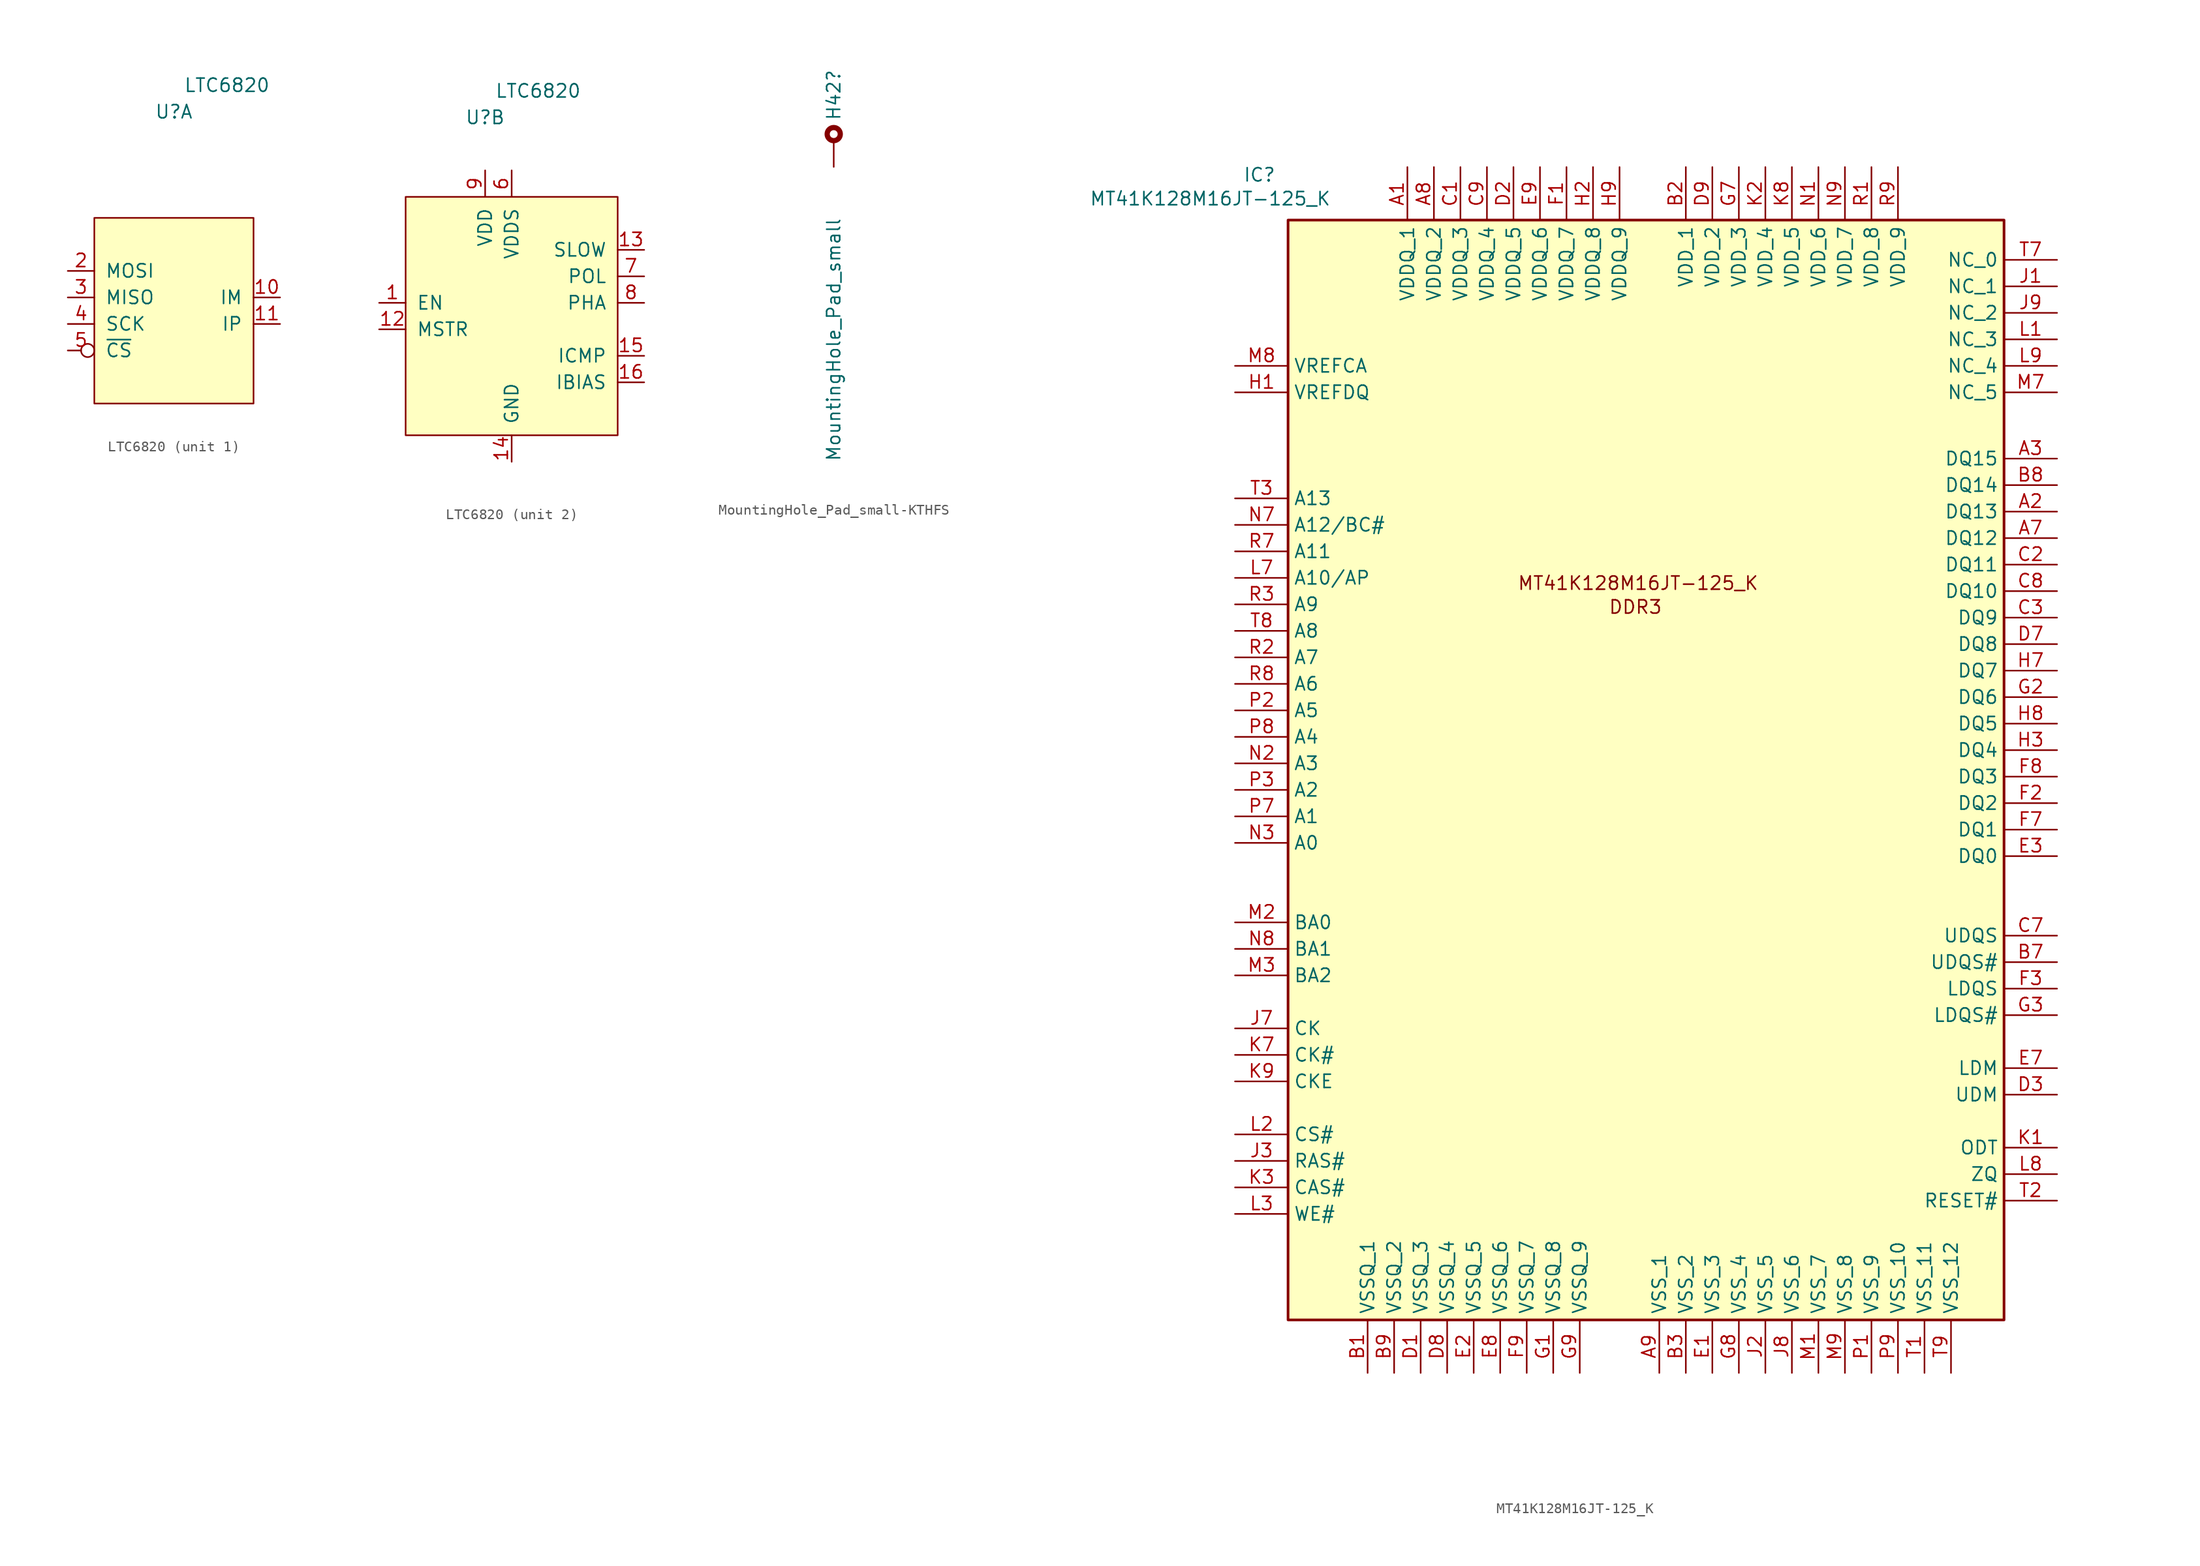
<source format=kicad_sym>
(kicad_symbol_lib
  (version 20241209)
  (generator "kicad_symbol_editor")
  (generator_version "9.0")
  (symbol "LTC6820"
    (pin_names
      (offset 1.016))
    (property "Reference" "U"
      (at 7.62 7.62 0)
      (effects (font (size 1.27 1.27))))
    (property "Value" "LTC6820"
      (at 12.7 10.16 0)
      (effects (font (size 1.27 1.27))))
    (property "ki_locked" ""
      (at 0 0 0)
      (effects (font (size 1.27 1.27))))
    (symbol "LTC6820_1_1"
      (rectangle (start 0 -2.54) (end 15.24 -20.32) (stroke (width 0) (type solid)) (fill (type background)))
      (pin input line (at -2.54 -7.62 0) (length 2.54) (name "MOSI" (effects (font (size 1.27 1.27)))) (number "2" (effects (font (size 1.27 1.27)))))
      (pin input line (at -2.54 -10.16 0) (length 2.54) (name "MISO" (effects (font (size 1.27 1.27)))) (number "3" (effects (font (size 1.27 1.27)))))
      (pin input line (at -2.54 -12.7 0) (length 2.54) (name "SCK" (effects (font (size 1.27 1.27)))) (number "4" (effects (font (size 1.27 1.27)))))
      (pin input inverted (at -2.54 -15.24 0) (length 2.54) (name "~{CS}" (effects (font (size 1.27 1.27)))) (number "5" (effects (font (size 1.27 1.27)))))
      (pin input line (at 17.78 -10.16 180) (length 2.54) (name "IM" (effects (font (size 1.27 1.27)))) (number "10" (effects (font (size 1.27 1.27)))))
      (pin input line (at 17.78 -12.7 180) (length 2.54) (name "IP" (effects (font (size 1.27 1.27)))) (number "11" (effects (font (size 1.27 1.27))))))
    (symbol "LTC6820_2_1"
      (rectangle (start 20.32 0) (end 0 -22.86) (stroke (width 0) (type solid)) (fill (type background)))
      (pin input line (at -2.54 -10.16 0) (length 2.54) (name "EN" (effects (font (size 1.27 1.27)))) (number "1" (effects (font (size 1.27 1.27)))))
      (pin input line (at -2.54 -12.7 0) (length 2.54) (name "MSTR" (effects (font (size 1.27 1.27)))) (number "12" (effects (font (size 1.27 1.27)))))
      (pin power_in line (at 7.62 2.54 270) (length 2.54) (name "VDD" (effects (font (size 1.27 1.27)))) (number "9" (effects (font (size 1.27 1.27)))))
      (pin power_in line (at 10.16 2.54 270) (length 2.54) (name "VDDS" (effects (font (size 1.27 1.27)))) (number "6" (effects (font (size 1.27 1.27)))))
      (pin power_in line (at 10.16 -25.4 90) (length 2.54) (name "GND" (effects (font (size 1.27 1.27)))) (number "14" (effects (font (size 1.27 1.27)))))
      (pin input line (at 22.86 -5.08 180) (length 2.54) (name "SLOW" (effects (font (size 1.27 1.27)))) (number "13" (effects (font (size 1.27 1.27)))))
      (pin input line (at 22.86 -7.62 180) (length 2.54) (name "POL" (effects (font (size 1.27 1.27)))) (number "7" (effects (font (size 1.27 1.27)))))
      (pin input line (at 22.86 -10.16 180) (length 2.54) (name "PHA" (effects (font (size 1.27 1.27)))) (number "8" (effects (font (size 1.27 1.27)))))
      (pin input line (at 22.86 -15.24 180) (length 2.54) (name "ICMP" (effects (font (size 1.27 1.27)))) (number "15" (effects (font (size 1.27 1.27)))))
      (pin input line (at 22.86 -17.78 180) (length 2.54) (name "IBIAS" (effects (font (size 1.27 1.27)))) (number "16" (effects (font (size 1.27 1.27)))))))
  (symbol "MountingHole_Pad_small-KTHFS"
    (pin_numbers
      (hide yes))
    (pin_names
      (offset 1.016)
      (hide yes))
    (property "Reference" "H42"
      (at 0 2.54 90)
      (effects (font (size 1.27 1.27)) (justify left)))
    (property "Value" "MountingHole_Pad_small"
      (at 0 -30.48 90)
      (effects (font (size 1.27 1.27)) (justify left)))
    (symbol "MountingHole_Pad_small-KTHFS_0_1"
      (circle (center 0 1.27) (radius 0.635) (stroke (width 0.508) (type solid)) (fill (type none))))
    (symbol "MountingHole_Pad_small-KTHFS_1_1"
      (pin input line (at 0 -1.905 90) (length 2.54) (name "1" (effects (font (size 1.27 1.27)))) (number "1" (effects (font (size 1.27 1.27)))))))
  (symbol "MT41K128M16JT-125_K"
    (property "Reference" "IC"
      (at 5.842 7.62 0)
      (effects (font (size 1.27 1.27)) (justify left top)))
    (property "Value" "MT41K128M16JT-125_K"
      (at -8.89 5.334 0)
      (effects (font (size 1.27 1.27)) (justify left top)))
    (symbol "MT41K128M16JT-125_K_1_1"
      (rectangle (start 10.16 2.54) (end 78.74 -102.87) (stroke (width 0.254) (type default)) (fill (type background)))
      (text "DDR3" (at 43.434 -34.544 0) (effects (font (size 1.27 1.27))))
      (text "MT41K128M16JT-125_K" (at 43.688 -32.258 0) (effects (font (size 1.27 1.27))))
      (pin passive line (at 5.08 -11.43 0) (length 5.08) (name "VREFCA" (effects (font (size 1.27 1.27)))) (number "M8" (effects (font (size 1.27 1.27)))))
      (pin passive line (at 5.08 -13.97 0) (length 5.08) (name "VREFDQ" (effects (font (size 1.27 1.27)))) (number "H1" (effects (font (size 1.27 1.27)))))
      (pin passive line (at 5.08 -24.13 0) (length 5.08) (name "A13" (effects (font (size 1.27 1.27)))) (number "T3" (effects (font (size 1.27 1.27)))))
      (pin passive line (at 5.08 -26.67 0) (length 5.08) (name "A12/BC#" (effects (font (size 1.27 1.27)))) (number "N7" (effects (font (size 1.27 1.27)))))
      (pin passive line (at 5.08 -29.21 0) (length 5.08) (name "A11" (effects (font (size 1.27 1.27)))) (number "R7" (effects (font (size 1.27 1.27)))))
      (pin passive line (at 5.08 -31.75 0) (length 5.08) (name "A10/AP" (effects (font (size 1.27 1.27)))) (number "L7" (effects (font (size 1.27 1.27)))))
      (pin passive line (at 5.08 -34.29 0) (length 5.08) (name "A9" (effects (font (size 1.27 1.27)))) (number "R3" (effects (font (size 1.27 1.27)))))
      (pin passive line (at 5.08 -36.83 0) (length 5.08) (name "A8" (effects (font (size 1.27 1.27)))) (number "T8" (effects (font (size 1.27 1.27)))))
      (pin passive line (at 5.08 -39.37 0) (length 5.08) (name "A7" (effects (font (size 1.27 1.27)))) (number "R2" (effects (font (size 1.27 1.27)))))
      (pin passive line (at 5.08 -41.91 0) (length 5.08) (name "A6" (effects (font (size 1.27 1.27)))) (number "R8" (effects (font (size 1.27 1.27)))))
      (pin passive line (at 5.08 -44.45 0) (length 5.08) (name "A5" (effects (font (size 1.27 1.27)))) (number "P2" (effects (font (size 1.27 1.27)))))
      (pin passive line (at 5.08 -46.99 0) (length 5.08) (name "A4" (effects (font (size 1.27 1.27)))) (number "P8" (effects (font (size 1.27 1.27)))))
      (pin passive line (at 5.08 -49.53 0) (length 5.08) (name "A3" (effects (font (size 1.27 1.27)))) (number "N2" (effects (font (size 1.27 1.27)))))
      (pin passive line (at 5.08 -52.07 0) (length 5.08) (name "A2" (effects (font (size 1.27 1.27)))) (number "P3" (effects (font (size 1.27 1.27)))))
      (pin passive line (at 5.08 -54.61 0) (length 5.08) (name "A1" (effects (font (size 1.27 1.27)))) (number "P7" (effects (font (size 1.27 1.27)))))
      (pin passive line (at 5.08 -57.15 0) (length 5.08) (name "A0" (effects (font (size 1.27 1.27)))) (number "N3" (effects (font (size 1.27 1.27)))))
      (pin passive line (at 5.08 -64.77 0) (length 5.08) (name "BA0" (effects (font (size 1.27 1.27)))) (number "M2" (effects (font (size 1.27 1.27)))))
      (pin passive line (at 5.08 -67.31 0) (length 5.08) (name "BA1" (effects (font (size 1.27 1.27)))) (number "N8" (effects (font (size 1.27 1.27)))))
      (pin passive line (at 5.08 -69.85 0) (length 5.08) (name "BA2" (effects (font (size 1.27 1.27)))) (number "M3" (effects (font (size 1.27 1.27)))))
      (pin passive line (at 5.08 -74.93 0) (length 5.08) (name "CK" (effects (font (size 1.27 1.27)))) (number "J7" (effects (font (size 1.27 1.27)))))
      (pin passive line (at 5.08 -77.47 0) (length 5.08) (name "CK#" (effects (font (size 1.27 1.27)))) (number "K7" (effects (font (size 1.27 1.27)))))
      (pin passive line (at 5.08 -80.01 0) (length 5.08) (name "CKE" (effects (font (size 1.27 1.27)))) (number "K9" (effects (font (size 1.27 1.27)))))
      (pin passive line (at 5.08 -85.09 0) (length 5.08) (name "CS#" (effects (font (size 1.27 1.27)))) (number "L2" (effects (font (size 1.27 1.27)))))
      (pin passive line (at 5.08 -87.63 0) (length 5.08) (name "RAS#" (effects (font (size 1.27 1.27)))) (number "J3" (effects (font (size 1.27 1.27)))))
      (pin passive line (at 5.08 -90.17 0) (length 5.08) (name "CAS#" (effects (font (size 1.27 1.27)))) (number "K3" (effects (font (size 1.27 1.27)))))
      (pin passive line (at 5.08 -92.71 0) (length 5.08) (name "WE#" (effects (font (size 1.27 1.27)))) (number "L3" (effects (font (size 1.27 1.27)))))
      (pin passive line (at 17.78 -107.95 90) (length 5.08) (name "VSSQ_1" (effects (font (size 1.27 1.27)))) (number "B1" (effects (font (size 1.27 1.27)))))
      (pin passive line (at 20.32 -107.95 90) (length 5.08) (name "VSSQ_2" (effects (font (size 1.27 1.27)))) (number "B9" (effects (font (size 1.27 1.27)))))
      (pin passive line (at 21.59 7.62 270) (length 5.08) (name "VDDQ_1" (effects (font (size 1.27 1.27)))) (number "A1" (effects (font (size 1.27 1.27)))))
      (pin passive line (at 22.86 -107.95 90) (length 5.08) (name "VSSQ_3" (effects (font (size 1.27 1.27)))) (number "D1" (effects (font (size 1.27 1.27)))))
      (pin passive line (at 24.13 7.62 270) (length 5.08) (name "VDDQ_2" (effects (font (size 1.27 1.27)))) (number "A8" (effects (font (size 1.27 1.27)))))
      (pin passive line (at 25.4 -107.95 90) (length 5.08) (name "VSSQ_4" (effects (font (size 1.27 1.27)))) (number "D8" (effects (font (size 1.27 1.27)))))
      (pin passive line (at 26.67 7.62 270) (length 5.08) (name "VDDQ_3" (effects (font (size 1.27 1.27)))) (number "C1" (effects (font (size 1.27 1.27)))))
      (pin passive line (at 27.94 -107.95 90) (length 5.08) (name "VSSQ_5" (effects (font (size 1.27 1.27)))) (number "E2" (effects (font (size 1.27 1.27)))))
      (pin passive line (at 29.21 7.62 270) (length 5.08) (name "VDDQ_4" (effects (font (size 1.27 1.27)))) (number "C9" (effects (font (size 1.27 1.27)))))
      (pin passive line (at 30.48 -107.95 90) (length 5.08) (name "VSSQ_6" (effects (font (size 1.27 1.27)))) (number "E8" (effects (font (size 1.27 1.27)))))
      (pin passive line (at 31.75 7.62 270) (length 5.08) (name "VDDQ_5" (effects (font (size 1.27 1.27)))) (number "D2" (effects (font (size 1.27 1.27)))))
      (pin passive line (at 33.02 -107.95 90) (length 5.08) (name "VSSQ_7" (effects (font (size 1.27 1.27)))) (number "F9" (effects (font (size 1.27 1.27)))))
      (pin passive line (at 34.29 7.62 270) (length 5.08) (name "VDDQ_6" (effects (font (size 1.27 1.27)))) (number "E9" (effects (font (size 1.27 1.27)))))
      (pin passive line (at 35.56 -107.95 90) (length 5.08) (name "VSSQ_8" (effects (font (size 1.27 1.27)))) (number "G1" (effects (font (size 1.27 1.27)))))
      (pin passive line (at 36.83 7.62 270) (length 5.08) (name "VDDQ_7" (effects (font (size 1.27 1.27)))) (number "F1" (effects (font (size 1.27 1.27)))))
      (pin passive line (at 38.1 -107.95 90) (length 5.08) (name "VSSQ_9" (effects (font (size 1.27 1.27)))) (number "G9" (effects (font (size 1.27 1.27)))))
      (pin passive line (at 39.37 7.62 270) (length 5.08) (name "VDDQ_8" (effects (font (size 1.27 1.27)))) (number "H2" (effects (font (size 1.27 1.27)))))
      (pin passive line (at 41.91 7.62 270) (length 5.08) (name "VDDQ_9" (effects (font (size 1.27 1.27)))) (number "H9" (effects (font (size 1.27 1.27)))))
      (pin passive line (at 45.72 -107.95 90) (length 5.08) (name "VSS_1" (effects (font (size 1.27 1.27)))) (number "A9" (effects (font (size 1.27 1.27)))))
      (pin passive line (at 48.26 7.62 270) (length 5.08) (name "VDD_1" (effects (font (size 1.27 1.27)))) (number "B2" (effects (font (size 1.27 1.27)))))
      (pin passive line (at 48.26 -107.95 90) (length 5.08) (name "VSS_2" (effects (font (size 1.27 1.27)))) (number "B3" (effects (font (size 1.27 1.27)))))
      (pin passive line (at 50.8 7.62 270) (length 5.08) (name "VDD_2" (effects (font (size 1.27 1.27)))) (number "D9" (effects (font (size 1.27 1.27)))))
      (pin passive line (at 50.8 -107.95 90) (length 5.08) (name "VSS_3" (effects (font (size 1.27 1.27)))) (number "E1" (effects (font (size 1.27 1.27)))))
      (pin passive line (at 53.34 7.62 270) (length 5.08) (name "VDD_3" (effects (font (size 1.27 1.27)))) (number "G7" (effects (font (size 1.27 1.27)))))
      (pin passive line (at 53.34 -107.95 90) (length 5.08) (name "VSS_4" (effects (font (size 1.27 1.27)))) (number "G8" (effects (font (size 1.27 1.27)))))
      (pin passive line (at 55.88 7.62 270) (length 5.08) (name "VDD_4" (effects (font (size 1.27 1.27)))) (number "K2" (effects (font (size 1.27 1.27)))))
      (pin passive line (at 55.88 -107.95 90) (length 5.08) (name "VSS_5" (effects (font (size 1.27 1.27)))) (number "J2" (effects (font (size 1.27 1.27)))))
      (pin passive line (at 58.42 7.62 270) (length 5.08) (name "VDD_5" (effects (font (size 1.27 1.27)))) (number "K8" (effects (font (size 1.27 1.27)))))
      (pin passive line (at 58.42 -107.95 90) (length 5.08) (name "VSS_6" (effects (font (size 1.27 1.27)))) (number "J8" (effects (font (size 1.27 1.27)))))
      (pin passive line (at 60.96 7.62 270) (length 5.08) (name "VDD_6" (effects (font (size 1.27 1.27)))) (number "N1" (effects (font (size 1.27 1.27)))))
      (pin passive line (at 60.96 -107.95 90) (length 5.08) (name "VSS_7" (effects (font (size 1.27 1.27)))) (number "M1" (effects (font (size 1.27 1.27)))))
      (pin passive line (at 63.5 7.62 270) (length 5.08) (name "VDD_7" (effects (font (size 1.27 1.27)))) (number "N9" (effects (font (size 1.27 1.27)))))
      (pin passive line (at 63.5 -107.95 90) (length 5.08) (name "VSS_8" (effects (font (size 1.27 1.27)))) (number "M9" (effects (font (size 1.27 1.27)))))
      (pin passive line (at 66.04 7.62 270) (length 5.08) (name "VDD_8" (effects (font (size 1.27 1.27)))) (number "R1" (effects (font (size 1.27 1.27)))))
      (pin passive line (at 66.04 -107.95 90) (length 5.08) (name "VSS_9" (effects (font (size 1.27 1.27)))) (number "P1" (effects (font (size 1.27 1.27)))))
      (pin passive line (at 68.58 7.62 270) (length 5.08) (name "VDD_9" (effects (font (size 1.27 1.27)))) (number "R9" (effects (font (size 1.27 1.27)))))
      (pin passive line (at 68.58 -107.95 90) (length 5.08) (name "VSS_10" (effects (font (size 1.27 1.27)))) (number "P9" (effects (font (size 1.27 1.27)))))
      (pin passive line (at 71.12 -107.95 90) (length 5.08) (name "VSS_11" (effects (font (size 1.27 1.27)))) (number "T1" (effects (font (size 1.27 1.27)))))
      (pin passive line (at 73.66 -107.95 90) (length 5.08) (name "VSS_12" (effects (font (size 1.27 1.27)))) (number "T9" (effects (font (size 1.27 1.27)))))
      (pin passive line (at 83.82 -1.27 180) (length 5.08) (name "NC_0" (effects (font (size 1.27 1.27)))) (number "T7" (effects (font (size 1.27 1.27)))))
      (pin passive line (at 83.82 -3.81 180) (length 5.08) (name "NC_1" (effects (font (size 1.27 1.27)))) (number "J1" (effects (font (size 1.27 1.27)))))
      (pin passive line (at 83.82 -6.35 180) (length 5.08) (name "NC_2" (effects (font (size 1.27 1.27)))) (number "J9" (effects (font (size 1.27 1.27)))))
      (pin passive line (at 83.82 -8.89 180) (length 5.08) (name "NC_3" (effects (font (size 1.27 1.27)))) (number "L1" (effects (font (size 1.27 1.27)))))
      (pin passive line (at 83.82 -11.43 180) (length 5.08) (name "NC_4" (effects (font (size 1.27 1.27)))) (number "L9" (effects (font (size 1.27 1.27)))))
      (pin passive line (at 83.82 -13.97 180) (length 5.08) (name "NC_5" (effects (font (size 1.27 1.27)))) (number "M7" (effects (font (size 1.27 1.27)))))
      (pin passive line (at 83.82 -20.32 180) (length 5.08) (name "DQ15" (effects (font (size 1.27 1.27)))) (number "A3" (effects (font (size 1.27 1.27)))))
      (pin passive line (at 83.82 -22.86 180) (length 5.08) (name "DQ14" (effects (font (size 1.27 1.27)))) (number "B8" (effects (font (size 1.27 1.27)))))
      (pin passive line (at 83.82 -25.4 180) (length 5.08) (name "DQ13" (effects (font (size 1.27 1.27)))) (number "A2" (effects (font (size 1.27 1.27)))))
      (pin passive line (at 83.82 -27.94 180) (length 5.08) (name "DQ12" (effects (font (size 1.27 1.27)))) (number "A7" (effects (font (size 1.27 1.27)))))
      (pin passive line (at 83.82 -30.48 180) (length 5.08) (name "DQ11" (effects (font (size 1.27 1.27)))) (number "C2" (effects (font (size 1.27 1.27)))))
      (pin passive line (at 83.82 -33.02 180) (length 5.08) (name "DQ10" (effects (font (size 1.27 1.27)))) (number "C8" (effects (font (size 1.27 1.27)))))
      (pin passive line (at 83.82 -35.56 180) (length 5.08) (name "DQ9" (effects (font (size 1.27 1.27)))) (number "C3" (effects (font (size 1.27 1.27)))))
      (pin passive line (at 83.82 -38.1 180) (length 5.08) (name "DQ8" (effects (font (size 1.27 1.27)))) (number "D7" (effects (font (size 1.27 1.27)))))
      (pin passive line (at 83.82 -40.64 180) (length 5.08) (name "DQ7" (effects (font (size 1.27 1.27)))) (number "H7" (effects (font (size 1.27 1.27)))))
      (pin passive line (at 83.82 -43.18 180) (length 5.08) (name "DQ6" (effects (font (size 1.27 1.27)))) (number "G2" (effects (font (size 1.27 1.27)))))
      (pin passive line (at 83.82 -45.72 180) (length 5.08) (name "DQ5" (effects (font (size 1.27 1.27)))) (number "H8" (effects (font (size 1.27 1.27)))))
      (pin passive line (at 83.82 -48.26 180) (length 5.08) (name "DQ4" (effects (font (size 1.27 1.27)))) (number "H3" (effects (font (size 1.27 1.27)))))
      (pin passive line (at 83.82 -50.8 180) (length 5.08) (name "DQ3" (effects (font (size 1.27 1.27)))) (number "F8" (effects (font (size 1.27 1.27)))))
      (pin passive line (at 83.82 -53.34 180) (length 5.08) (name "DQ2" (effects (font (size 1.27 1.27)))) (number "F2" (effects (font (size 1.27 1.27)))))
      (pin passive line (at 83.82 -55.88 180) (length 5.08) (name "DQ1" (effects (font (size 1.27 1.27)))) (number "F7" (effects (font (size 1.27 1.27)))))
      (pin passive line (at 83.82 -58.42 180) (length 5.08) (name "DQ0" (effects (font (size 1.27 1.27)))) (number "E3" (effects (font (size 1.27 1.27)))))
      (pin passive line (at 83.82 -66.04 180) (length 5.08) (name "UDQS" (effects (font (size 1.27 1.27)))) (number "C7" (effects (font (size 1.27 1.27)))))
      (pin passive line (at 83.82 -68.58 180) (length 5.08) (name "UDQS#" (effects (font (size 1.27 1.27)))) (number "B7" (effects (font (size 1.27 1.27)))))
      (pin passive line (at 83.82 -71.12 180) (length 5.08) (name "LDQS" (effects (font (size 1.27 1.27)))) (number "F3" (effects (font (size 1.27 1.27)))))
      (pin passive line (at 83.82 -73.66 180) (length 5.08) (name "LDQS#" (effects (font (size 1.27 1.27)))) (number "G3" (effects (font (size 1.27 1.27)))))
      (pin passive line (at 83.82 -78.74 180) (length 5.08) (name "LDM" (effects (font (size 1.27 1.27)))) (number "E7" (effects (font (size 1.27 1.27)))))
      (pin passive line (at 83.82 -81.28 180) (length 5.08) (name "UDM" (effects (font (size 1.27 1.27)))) (number "D3" (effects (font (size 1.27 1.27)))))
      (pin passive line (at 83.82 -86.36 180) (length 5.08) (name "ODT" (effects (font (size 1.27 1.27)))) (number "K1" (effects (font (size 1.27 1.27)))))
      (pin passive line (at 83.82 -88.9 180) (length 5.08) (name "ZQ" (effects (font (size 1.27 1.27)))) (number "L8" (effects (font (size 1.27 1.27)))))
      (pin passive line (at 83.82 -91.44 180) (length 5.08) (name "RESET#" (effects (font (size 1.27 1.27)))) (number "T2" (effects (font (size 1.27 1.27))))))))
</source>
